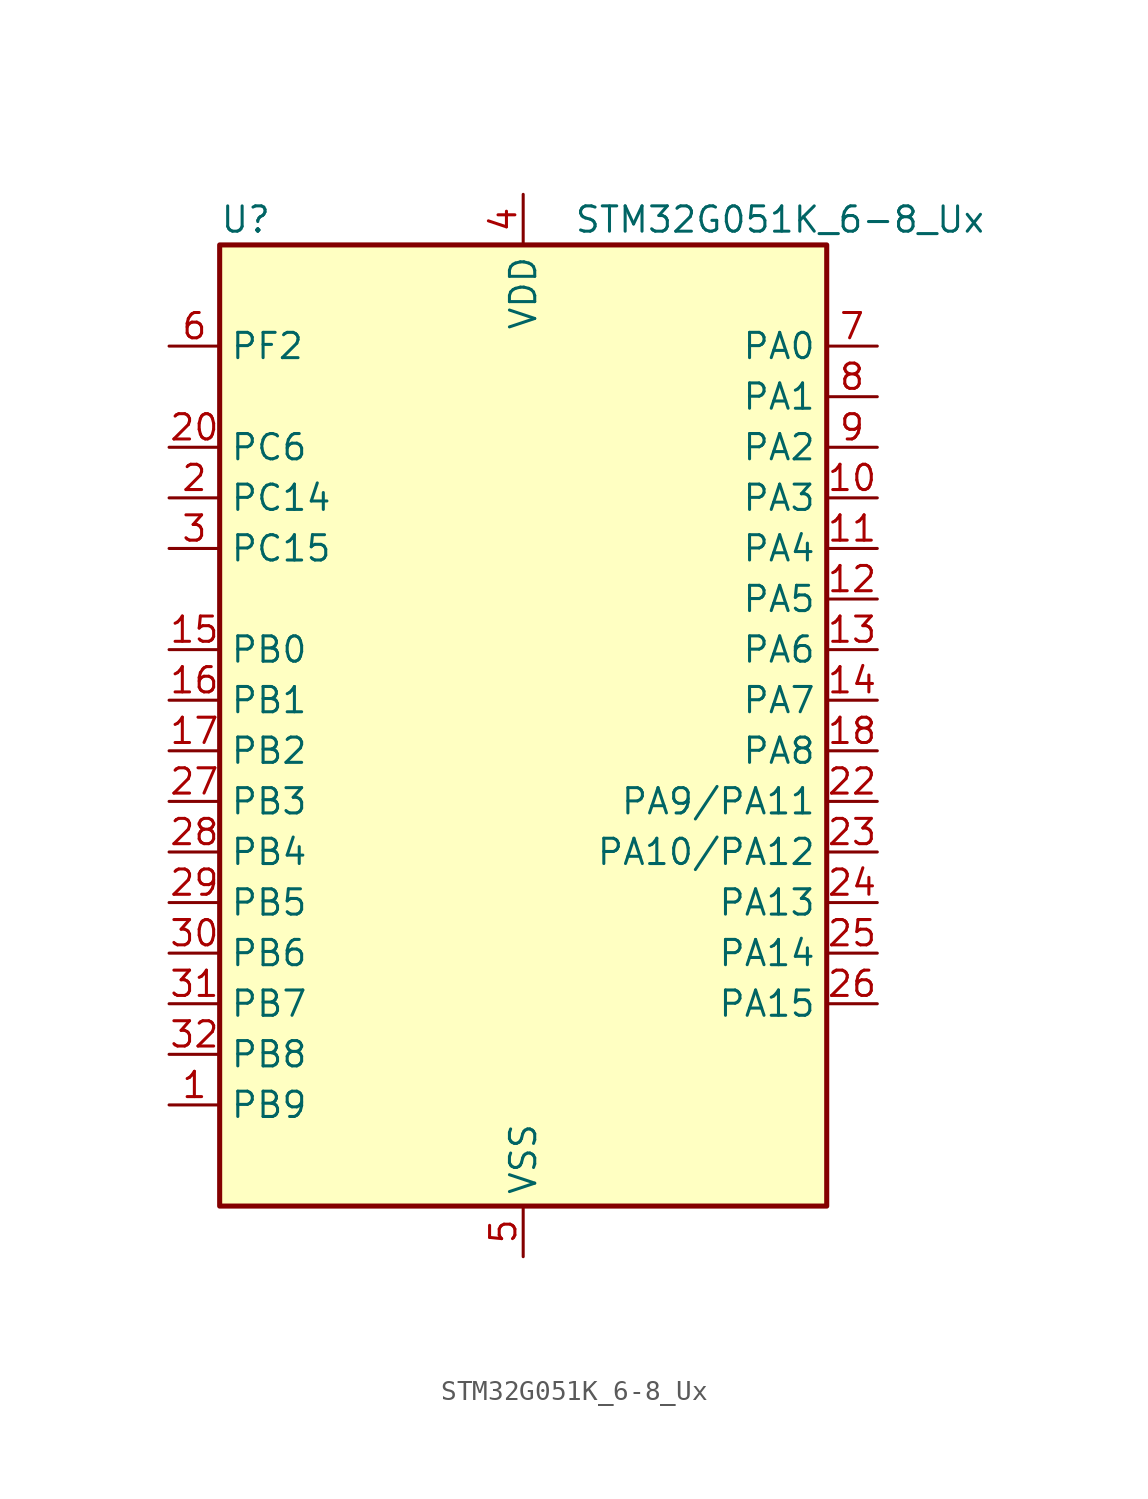
<source format=kicad_sym>
(kicad_symbol_lib
  (version 20241209)
  (generator "kicad_symbol_editor")
  (generator_version "9.0")
  (symbol "STM32G051K_6-8_Ux"
    (property "Reference" "U"
      (at -15.24 26.67 0)
      (effects (font (size 1.27 1.27)) (justify left)))
    (property "Value" "STM32G051K_6-8_Ux"
      (at 2.54 26.67 0)
      (effects (font (size 1.27 1.27)) (justify left)))
    (symbol "STM32G051K_6-8_Ux_0_1"
      (rectangle (start -15.24 -22.86) (end 15.24 25.4) (stroke (width 0.254) (type default)) (fill (type background))))
    (symbol "STM32G051K_6-8_Ux_1_1"
      (pin bidirectional line (at -17.78 20.32 0) (length 2.54) (name "PF2" (effects (font (size 1.27 1.27)))) (number "6" (effects (font (size 1.27 1.27)))) (alternate "RCC_MCO" bidirectional line))
      (pin bidirectional line (at -17.78 15.24 0) (length 2.54) (name "PC6" (effects (font (size 1.27 1.27)))) (number "20" (effects (font (size 1.27 1.27)))) (alternate "TIM2_CH3" bidirectional line) (alternate "TIM3_CH1" bidirectional line))
      (pin bidirectional line (at -17.78 12.7 0) (length 2.54) (name "PC14" (effects (font (size 1.27 1.27)))) (number "2" (effects (font (size 1.27 1.27)))) (alternate "RCC_OSC32_IN" bidirectional line) (alternate "RCC_OSC_IN" bidirectional line) (alternate "TIM1_BK2" bidirectional line))
      (pin bidirectional line (at -17.78 10.16 0) (length 2.54) (name "PC15" (effects (font (size 1.27 1.27)))) (number "3" (effects (font (size 1.27 1.27)))) (alternate "RCC_OSC32_EN" bidirectional line) (alternate "RCC_OSC32_OUT" bidirectional line) (alternate "RCC_OSC_EN" bidirectional line) (alternate "TIM15_BK" bidirectional line))
      (pin bidirectional line (at -17.78 5.08 0) (length 2.54) (name "PB0" (effects (font (size 1.27 1.27)))) (number "15" (effects (font (size 1.27 1.27)))) (alternate "ADC1_IN8" bidirectional line) (alternate "COMP1_OUT" bidirectional line) (alternate "I2S1_WS" bidirectional line) (alternate "LPTIM1_OUT" bidirectional line) (alternate "SPI1_NSS" bidirectional line) (alternate "TIM1_CH2N" bidirectional line) (alternate "TIM3_CH3" bidirectional line))
      (pin bidirectional line (at -17.78 2.54 0) (length 2.54) (name "PB1" (effects (font (size 1.27 1.27)))) (number "16" (effects (font (size 1.27 1.27)))) (alternate "ADC1_IN9" bidirectional line) (alternate "COMP1_INM" bidirectional line) (alternate "LPTIM2_IN1" bidirectional line) (alternate "LPUART1_DE" bidirectional line) (alternate "LPUART1_RTS" bidirectional line) (alternate "TIM14_CH1" bidirectional line) (alternate "TIM1_CH3N" bidirectional line) (alternate "TIM3_CH4" bidirectional line))
      (pin bidirectional line (at -17.78 0 0) (length 2.54) (name "PB2" (effects (font (size 1.27 1.27)))) (number "17" (effects (font (size 1.27 1.27)))) (alternate "ADC1_IN10" bidirectional line) (alternate "COMP1_INP" bidirectional line) (alternate "LPTIM1_OUT" bidirectional line) (alternate "SPI2_MISO" bidirectional line))
      (pin bidirectional line (at -17.78 -2.54 0) (length 2.54) (name "PB3" (effects (font (size 1.27 1.27)))) (number "27" (effects (font (size 1.27 1.27)))) (alternate "COMP2_INM" bidirectional line) (alternate "I2S1_CK" bidirectional line) (alternate "SPI1_SCK" bidirectional line) (alternate "TIM1_CH2" bidirectional line) (alternate "TIM2_CH2" bidirectional line) (alternate "USART1_CK" bidirectional line) (alternate "USART1_DE" bidirectional line) (alternate "USART1_RTS" bidirectional line))
      (pin bidirectional line (at -17.78 -5.08 0) (length 2.54) (name "PB4" (effects (font (size 1.27 1.27)))) (number "28" (effects (font (size 1.27 1.27)))) (alternate "COMP2_INP" bidirectional line) (alternate "I2S1_MCK" bidirectional line) (alternate "SPI1_MISO" bidirectional line) (alternate "TIM17_BK" bidirectional line) (alternate "TIM3_CH1" bidirectional line) (alternate "USART1_CTS" bidirectional line) (alternate "USART1_NSS" bidirectional line))
      (pin bidirectional line (at -17.78 -7.62 0) (length 2.54) (name "PB5" (effects (font (size 1.27 1.27)))) (number "29" (effects (font (size 1.27 1.27)))) (alternate "COMP2_OUT" bidirectional line) (alternate "I2C1_SMBA" bidirectional line) (alternate "I2S1_SD" bidirectional line) (alternate "LPTIM1_IN1" bidirectional line) (alternate "SPI1_MOSI" bidirectional line) (alternate "SYS_WKUP6" bidirectional line) (alternate "TIM16_BK" bidirectional line) (alternate "TIM3_CH2" bidirectional line))
      (pin bidirectional line (at -17.78 -10.16 0) (length 2.54) (name "PB6" (effects (font (size 1.27 1.27)))) (number "30" (effects (font (size 1.27 1.27)))) (alternate "COMP2_INP" bidirectional line) (alternate "I2C1_SCL" bidirectional line) (alternate "LPTIM1_ETR" bidirectional line) (alternate "SPI2_MISO" bidirectional line) (alternate "TIM16_CH1N" bidirectional line) (alternate "TIM1_CH3" bidirectional line) (alternate "USART1_TX" bidirectional line))
      (pin bidirectional line (at -17.78 -12.7 0) (length 2.54) (name "PB7" (effects (font (size 1.27 1.27)))) (number "31" (effects (font (size 1.27 1.27)))) (alternate "ADC1_IN11" bidirectional line) (alternate "COMP2_INM" bidirectional line) (alternate "I2C1_SDA" bidirectional line) (alternate "LPTIM1_IN2" bidirectional line) (alternate "SPI2_MOSI" bidirectional line) (alternate "SYS_PVD_IN" bidirectional line) (alternate "TIM17_CH1N" bidirectional line) (alternate "USART1_RX" bidirectional line))
      (pin bidirectional line (at -17.78 -15.24 0) (length 2.54) (name "PB8" (effects (font (size 1.27 1.27)))) (number "32" (effects (font (size 1.27 1.27)))) (alternate "I2C1_SCL" bidirectional line) (alternate "SPI2_SCK" bidirectional line) (alternate "TIM15_BK" bidirectional line) (alternate "TIM16_CH1" bidirectional line))
      (pin bidirectional line (at -17.78 -17.78 0) (length 2.54) (name "PB9" (effects (font (size 1.27 1.27)))) (number "1" (effects (font (size 1.27 1.27)))) (alternate "DAC1_EXTI9" bidirectional line) (alternate "I2C1_SDA" bidirectional line) (alternate "IR_OUT" bidirectional line) (alternate "SPI2_NSS" bidirectional line) (alternate "TIM17_CH1" bidirectional line))
      (pin no_connect line (at -15.24 -20.32 0) (length 2.54) (hide yes) (name "NC/PA10" (effects (font (size 1.27 1.27)))) (number "21" (effects (font (size 1.27 1.27)))) (alternate "I2C1_SDA (PA10)" bidirectional line) (alternate "NC" bidirectional line) (alternate "PA10" bidirectional line) (alternate "SPI2_MOSI (PA10)" bidirectional line) (alternate "TIM17_BK (PA10)" bidirectional line) (alternate "TIM1_CH3 (PA10)" bidirectional line) (alternate "USART1_RX (PA10)" bidirectional line))
      (pin no_connect line (at -15.24 -22.86 0) (length 2.54) (hide yes) (name "NC/PA9" (effects (font (size 1.27 1.27)))) (number "19" (effects (font (size 1.27 1.27)))) (alternate "DAC1_EXTI9 (PA9)" bidirectional line) (alternate "I2C1_SCL (PA9)" bidirectional line) (alternate "NC" bidirectional line) (alternate "PA9" bidirectional line) (alternate "RCC_MCO (PA9)" bidirectional line) (alternate "SPI2_MISO (PA9)" bidirectional line) (alternate "TIM15_BK (PA9)" bidirectional line) (alternate "TIM1_CH2 (PA9)" bidirectional line) (alternate "USART1_TX (PA9)" bidirectional line))
      (pin power_in line (at 0 27.94 270) (length 2.54) (name "VDD" (effects (font (size 1.27 1.27)))) (number "4" (effects (font (size 1.27 1.27)))))
      (pin passive line (at 0 -25.4 90) (length 2.54) (hide yes) (name "VSS" (effects (font (size 1.27 1.27)))) (number "33" (effects (font (size 1.27 1.27)))))
      (pin power_in line (at 0 -25.4 90) (length 2.54) (name "VSS" (effects (font (size 1.27 1.27)))) (number "5" (effects (font (size 1.27 1.27)))))
      (pin bidirectional line (at 17.78 20.32 180) (length 2.54) (name "PA0" (effects (font (size 1.27 1.27)))) (number "7" (effects (font (size 1.27 1.27)))) (alternate "ADC1_IN0" bidirectional line) (alternate "COMP1_INM" bidirectional line) (alternate "COMP1_OUT" bidirectional line) (alternate "LPTIM1_OUT" bidirectional line) (alternate "RTC_TAMP_IN2" bidirectional line) (alternate "SPI2_SCK" bidirectional line) (alternate "SYS_WKUP1" bidirectional line) (alternate "TIM2_CH1" bidirectional line) (alternate "TIM2_ETR" bidirectional line) (alternate "USART2_CTS" bidirectional line) (alternate "USART2_NSS" bidirectional line))
      (pin bidirectional line (at 17.78 17.78 180) (length 2.54) (name "PA1" (effects (font (size 1.27 1.27)))) (number "8" (effects (font (size 1.27 1.27)))) (alternate "ADC1_IN1" bidirectional line) (alternate "COMP1_INP" bidirectional line) (alternate "I2C1_SMBA" bidirectional line) (alternate "I2S1_CK" bidirectional line) (alternate "SPI1_SCK" bidirectional line) (alternate "TIM15_CH1N" bidirectional line) (alternate "TIM2_CH2" bidirectional line) (alternate "USART2_CK" bidirectional line) (alternate "USART2_DE" bidirectional line) (alternate "USART2_RTS" bidirectional line))
      (pin bidirectional line (at 17.78 15.24 180) (length 2.54) (name "PA2" (effects (font (size 1.27 1.27)))) (number "9" (effects (font (size 1.27 1.27)))) (alternate "ADC1_IN2" bidirectional line) (alternate "COMP2_INM" bidirectional line) (alternate "COMP2_OUT" bidirectional line) (alternate "I2S1_SD" bidirectional line) (alternate "LPUART1_TX" bidirectional line) (alternate "RCC_LSCO" bidirectional line) (alternate "SPI1_MOSI" bidirectional line) (alternate "SYS_WKUP4" bidirectional line) (alternate "TIM15_CH1" bidirectional line) (alternate "TIM2_CH3" bidirectional line) (alternate "USART2_TX" bidirectional line))
      (pin bidirectional line (at 17.78 12.7 180) (length 2.54) (name "PA3" (effects (font (size 1.27 1.27)))) (number "10" (effects (font (size 1.27 1.27)))) (alternate "ADC1_IN3" bidirectional line) (alternate "COMP2_INP" bidirectional line) (alternate "LPUART1_RX" bidirectional line) (alternate "SPI2_MISO" bidirectional line) (alternate "TIM15_CH2" bidirectional line) (alternate "TIM2_CH4" bidirectional line) (alternate "USART2_RX" bidirectional line))
      (pin bidirectional line (at 17.78 10.16 180) (length 2.54) (name "PA4" (effects (font (size 1.27 1.27)))) (number "11" (effects (font (size 1.27 1.27)))) (alternate "ADC1_IN4" bidirectional line) (alternate "DAC1_OUT1" bidirectional line) (alternate "I2S1_WS" bidirectional line) (alternate "LPTIM2_OUT" bidirectional line) (alternate "RTC_OUT1" bidirectional line) (alternate "RTC_TAMP_IN1" bidirectional line) (alternate "RTC_TS" bidirectional line) (alternate "SPI1_NSS" bidirectional line) (alternate "SPI2_MOSI" bidirectional line) (alternate "SYS_WKUP2" bidirectional line) (alternate "TIM14_CH1" bidirectional line))
      (pin bidirectional line (at 17.78 7.62 180) (length 2.54) (name "PA5" (effects (font (size 1.27 1.27)))) (number "12" (effects (font (size 1.27 1.27)))) (alternate "ADC1_IN5" bidirectional line) (alternate "DAC1_OUT2" bidirectional line) (alternate "I2S1_CK" bidirectional line) (alternate "LPTIM2_ETR" bidirectional line) (alternate "SPI1_SCK" bidirectional line) (alternate "TIM2_CH1" bidirectional line) (alternate "TIM2_ETR" bidirectional line))
      (pin bidirectional line (at 17.78 5.08 180) (length 2.54) (name "PA6" (effects (font (size 1.27 1.27)))) (number "13" (effects (font (size 1.27 1.27)))) (alternate "ADC1_IN6" bidirectional line) (alternate "COMP1_OUT" bidirectional line) (alternate "I2S1_MCK" bidirectional line) (alternate "LPUART1_CTS" bidirectional line) (alternate "SPI1_MISO" bidirectional line) (alternate "TIM16_CH1" bidirectional line) (alternate "TIM1_BK" bidirectional line) (alternate "TIM3_CH1" bidirectional line))
      (pin bidirectional line (at 17.78 2.54 180) (length 2.54) (name "PA7" (effects (font (size 1.27 1.27)))) (number "14" (effects (font (size 1.27 1.27)))) (alternate "ADC1_IN7" bidirectional line) (alternate "COMP2_OUT" bidirectional line) (alternate "I2S1_SD" bidirectional line) (alternate "SPI1_MOSI" bidirectional line) (alternate "TIM14_CH1" bidirectional line) (alternate "TIM17_CH1" bidirectional line) (alternate "TIM1_CH1N" bidirectional line) (alternate "TIM3_CH2" bidirectional line))
      (pin bidirectional line (at 17.78 0 180) (length 2.54) (name "PA8" (effects (font (size 1.27 1.27)))) (number "18" (effects (font (size 1.27 1.27)))) (alternate "LPTIM2_OUT" bidirectional line) (alternate "RCC_MCO" bidirectional line) (alternate "SPI2_NSS" bidirectional line) (alternate "TIM1_CH1" bidirectional line))
      (pin bidirectional line (at 17.78 -2.54 180) (length 2.54) (name "PA9/PA11" (effects (font (size 1.27 1.27)))) (number "22" (effects (font (size 1.27 1.27)))) (alternate "ADC1_EXTI11 (PA11)" bidirectional line) (alternate "ADC1_IN15 (PA11)" bidirectional line) (alternate "COMP1_OUT (PA11)" bidirectional line) (alternate "DAC1_EXTI9 (PA9)" bidirectional line) (alternate "I2C1_SCL (PA9)" bidirectional line) (alternate "I2C2_SCL (PA11)" bidirectional line) (alternate "I2S1_MCK (PA11)" bidirectional line) (alternate "PA11" bidirectional line) (alternate "PA9" bidirectional line) (alternate "RCC_MCO (PA9)" bidirectional line) (alternate "SPI1_MISO (PA11)" bidirectional line) (alternate "SPI2_MISO (PA9)" bidirectional line) (alternate "TIM15_BK (PA9)" bidirectional line) (alternate "TIM1_BK2 (PA11)" bidirectional line) (alternate "TIM1_CH2 (PA9)" bidirectional line) (alternate "TIM1_CH4 (PA11)" bidirectional line) (alternate "USART1_CTS (PA11)" bidirectional line) (alternate "USART1_NSS (PA11)" bidirectional line) (alternate "USART1_TX (PA9)" bidirectional line))
      (pin bidirectional line (at 17.78 -5.08 180) (length 2.54) (name "PA10/PA12" (effects (font (size 1.27 1.27)))) (number "23" (effects (font (size 1.27 1.27)))) (alternate "ADC1_IN16 (PA12)" bidirectional line) (alternate "COMP2_OUT (PA12)" bidirectional line) (alternate "I2C1_SDA (PA10)" bidirectional line) (alternate "I2C2_SDA (PA12)" bidirectional line) (alternate "I2S1_SD (PA12)" bidirectional line) (alternate "I2S_CKIN (PA12)" bidirectional line) (alternate "PA10" bidirectional line) (alternate "PA12" bidirectional line) (alternate "SPI1_MOSI (PA12)" bidirectional line) (alternate "SPI2_MOSI (PA10)" bidirectional line) (alternate "TIM17_BK (PA10)" bidirectional line) (alternate "TIM1_CH3 (PA10)" bidirectional line) (alternate "TIM1_ETR (PA12)" bidirectional line) (alternate "USART1_CK (PA12)" bidirectional line) (alternate "USART1_DE (PA12)" bidirectional line) (alternate "USART1_RTS (PA12)" bidirectional line) (alternate "USART1_RX (PA10)" bidirectional line))
      (pin bidirectional line (at 17.78 -7.62 180) (length 2.54) (name "PA13" (effects (font (size 1.27 1.27)))) (number "24" (effects (font (size 1.27 1.27)))) (alternate "ADC1_IN17" bidirectional line) (alternate "IR_OUT" bidirectional line) (alternate "SYS_SWDIO" bidirectional line))
      (pin bidirectional line (at 17.78 -10.16 180) (length 2.54) (name "PA14" (effects (font (size 1.27 1.27)))) (number "25" (effects (font (size 1.27 1.27)))) (alternate "ADC1_IN18" bidirectional line) (alternate "SYS_SWCLK" bidirectional line) (alternate "USART2_TX" bidirectional line))
      (pin bidirectional line (at 17.78 -12.7 180) (length 2.54) (name "PA15" (effects (font (size 1.27 1.27)))) (number "26" (effects (font (size 1.27 1.27)))) (alternate "I2S1_WS" bidirectional line) (alternate "SPI1_NSS" bidirectional line) (alternate "TIM2_CH1" bidirectional line) (alternate "TIM2_ETR" bidirectional line) (alternate "USART2_RX" bidirectional line)))))
</source>
